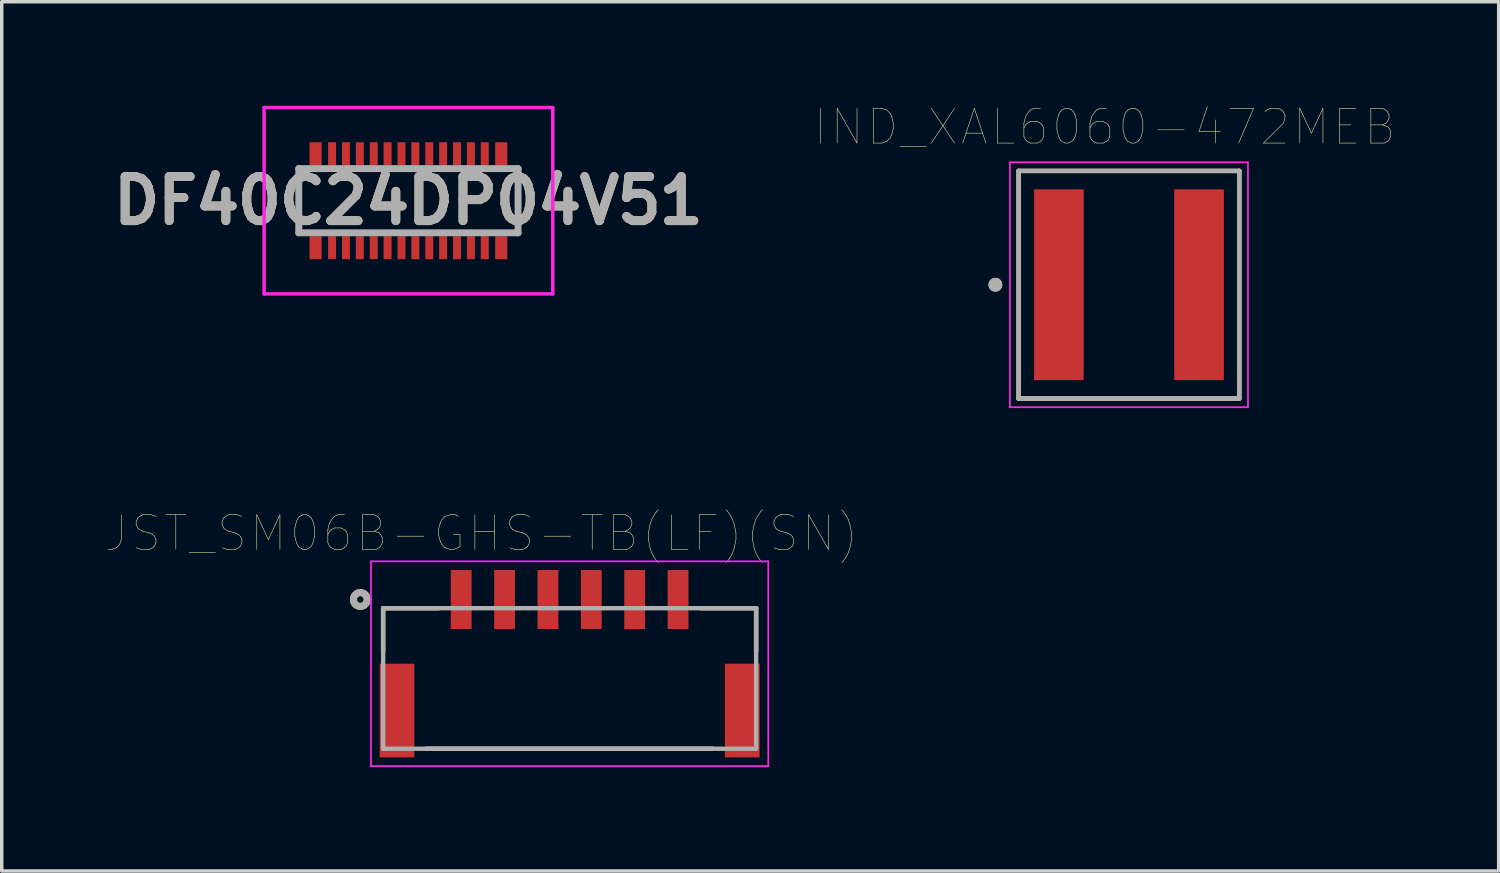
<source format=kicad_pcb>
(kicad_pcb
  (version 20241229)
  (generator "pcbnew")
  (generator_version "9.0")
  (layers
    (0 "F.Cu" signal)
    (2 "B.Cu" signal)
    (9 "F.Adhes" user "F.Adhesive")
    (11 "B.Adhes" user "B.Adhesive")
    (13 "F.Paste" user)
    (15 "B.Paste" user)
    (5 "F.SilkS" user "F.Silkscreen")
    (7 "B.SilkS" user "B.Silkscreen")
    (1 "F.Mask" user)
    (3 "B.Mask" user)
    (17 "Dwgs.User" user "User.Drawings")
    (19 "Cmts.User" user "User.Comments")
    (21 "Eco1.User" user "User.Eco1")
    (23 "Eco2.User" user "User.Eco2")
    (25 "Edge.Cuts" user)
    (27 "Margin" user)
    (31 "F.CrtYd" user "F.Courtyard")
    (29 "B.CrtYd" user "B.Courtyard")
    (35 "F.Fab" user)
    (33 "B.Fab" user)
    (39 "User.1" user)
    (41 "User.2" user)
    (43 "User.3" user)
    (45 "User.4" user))
  (footprint "JST_SM06B-GHS-TB(LF)(SN)"
    (layer "F.Cu")
    (at 13.367 16.103)
    (property "Reference" "JST_SM06B-GHS-TB(LF)(SN)" (at -2.54 -3.78 0) (layer "F.SilkS") (effects (font (size 1 1) (thickness 0.015))))
    (attr through_hole)
    (fp_line (start -5.375 -1.625) (end -5.375 -0.375) (stroke (width 0.127) (type solid)) (layer "F.SilkS"))
    (fp_line (start -5.375 -1.625) (end -3.775 -1.625) (stroke (width 0.127) (type solid)) (layer "F.SilkS"))
    (fp_line (start -4.125 2.425) (end 4.125 2.425) (stroke (width 0.127) (type solid)) (layer "F.SilkS"))
    (fp_line (start 5.375 -1.625) (end 3.775 -1.625) (stroke (width 0.127) (type solid)) (layer "F.SilkS"))
    (fp_line (start 5.375 -1.625) (end 5.375 -0.375) (stroke (width 0.127) (type solid)) (layer "F.SilkS"))
    (fp_circle (center -6.032 -1.875) (end -5.933 -1.875) (stroke (width 0.2) (type solid)) (fill no) (layer "F.SilkS"))
    (fp_line (start -5.725 -2.975) (end -5.725 2.925) (stroke (width 0.05) (type solid)) (layer "F.CrtYd"))
    (fp_line (start -5.725 2.925) (end 5.725 2.925) (stroke (width 0.05) (type solid)) (layer "F.CrtYd"))
    (fp_line (start 5.725 -2.975) (end -5.725 -2.975) (stroke (width 0.05) (type solid)) (layer "F.CrtYd"))
    (fp_line (start 5.725 2.925) (end 5.725 -2.975) (stroke (width 0.05) (type solid)) (layer "F.CrtYd"))
    (fp_line (start -5.375 -1.625) (end -5.375 2.425) (stroke (width 0.127) (type solid)) (layer "F.Fab"))
    (fp_line (start -5.375 2.425) (end 5.375 2.425) (stroke (width 0.127) (type solid)) (layer "F.Fab"))
    (fp_line (start 5.375 -1.625) (end -5.375 -1.625) (stroke (width 0.127) (type solid)) (layer "F.Fab"))
    (fp_line (start 5.375 2.425) (end 5.375 -1.625) (stroke (width 0.127) (type solid)) (layer "F.Fab"))
    (fp_circle (center -6.032 -1.875) (end -5.933 -1.875) (stroke (width 0.2) (type solid)) (fill no) (layer "F.Fab"))
    (pad "1" smd rect (at -3.125 -1.875) (size 0.6 1.7) (layers "F.Cu" "F.Mask" "F.Paste"))
    (pad "2" smd rect (at -1.875 -1.875) (size 0.6 1.7) (layers "F.Cu" "F.Mask" "F.Paste"))
    (pad "3" smd rect (at -0.625 -1.875) (size 0.6 1.7) (layers "F.Cu" "F.Mask" "F.Paste"))
    (pad "4" smd rect (at 0.625 -1.875) (size 0.6 1.7) (layers "F.Cu" "F.Mask" "F.Paste"))
    (pad "5" smd rect (at 1.875 -1.875) (size 0.6 1.7) (layers "F.Cu" "F.Mask" "F.Paste"))
    (pad "6" smd rect (at 3.125 -1.875) (size 0.6 1.7) (layers "F.Cu" "F.Mask" "F.Paste"))
    (pad "S1" smd rect (at -4.975 1.325) (size 1 2.7) (layers "F.Cu" "F.Mask" "F.Paste"))
    (pad "S2" smd rect (at 4.975 1.325) (size 1 2.7) (layers "F.Cu" "F.Mask" "F.Paste")))
  (footprint "DF40C24DP04V51"
    (layer "F.Cu")
    (at 8.721 2.735)
    (property "Reference" "DF40C24DP04V51" (at 0 0 0) (layer "F.SilkS") (effects (font (size 1.27 1.27) (thickness 0.254))))
    (attr smd)
    (fp_line (start -3.16 -0.925) (end -3.16 0.925) (stroke (width 0.1) (type solid)) (layer "F.SilkS"))
    (fp_line (start 3.16 -0.925) (end 3.16 0.925) (stroke (width 0.1) (type solid)) (layer "F.SilkS"))
    (fp_line (start -4.16 -2.685) (end 4.16 -2.685) (stroke (width 0.1) (type solid)) (layer "F.CrtYd"))
    (fp_line (start -4.16 2.685) (end -4.16 -2.685) (stroke (width 0.1) (type solid)) (layer "F.CrtYd"))
    (fp_line (start 4.16 -2.685) (end 4.16 2.685) (stroke (width 0.1) (type solid)) (layer "F.CrtYd"))
    (fp_line (start 4.16 2.685) (end -4.16 2.685) (stroke (width 0.1) (type solid)) (layer "F.CrtYd"))
    (fp_line (start -3.16 -0.925) (end 3.16 -0.925) (stroke (width 0.2) (type solid)) (layer "F.Fab"))
    (fp_line (start -3.16 0.925) (end -3.16 -0.925) (stroke (width 0.2) (type solid)) (layer "F.Fab"))
    (fp_line (start 3.16 -0.925) (end 3.16 0.925) (stroke (width 0.2) (type solid)) (layer "F.Fab"))
    (fp_line (start 3.16 0.925) (end -3.16 0.925) (stroke (width 0.2) (type solid)) (layer "F.Fab"))
    (fp_text user "${REFERENCE}" (at 0 0 0) (layer "F.Fab") (effects (font (size 1.27 1.27) (thickness 0.254))))
    (pad "1" smd rect (at -2.2 1.355) (size 0.23 0.66) (layers "F.Cu" "F.Mask" "F.Paste"))
    (pad "2" smd rect (at -2.2 -1.355) (size 0.23 0.66) (layers "F.Cu" "F.Mask" "F.Paste"))
    (pad "3" smd rect (at -1.8 1.355) (size 0.23 0.66) (layers "F.Cu" "F.Mask" "F.Paste"))
    (pad "4" smd rect (at -1.8 -1.355) (size 0.23 0.66) (layers "F.Cu" "F.Mask" "F.Paste"))
    (pad "5" smd rect (at -1.4 1.355) (size 0.23 0.66) (layers "F.Cu" "F.Mask" "F.Paste"))
    (pad "6" smd rect (at -1.4 -1.355) (size 0.23 0.66) (layers "F.Cu" "F.Mask" "F.Paste"))
    (pad "7" smd rect (at -1 1.355) (size 0.23 0.66) (layers "F.Cu" "F.Mask" "F.Paste"))
    (pad "8" smd rect (at -1 -1.355) (size 0.23 0.66) (layers "F.Cu" "F.Mask" "F.Paste"))
    (pad "9" smd rect (at -0.6 1.355) (size 0.23 0.66) (layers "F.Cu" "F.Mask" "F.Paste"))
    (pad "10" smd rect (at -0.6 -1.355) (size 0.23 0.66) (layers "F.Cu" "F.Mask" "F.Paste"))
    (pad "11" smd rect (at -0.2 1.355) (size 0.23 0.66) (layers "F.Cu" "F.Mask" "F.Paste"))
    (pad "12" smd rect (at -0.2 -1.355) (size 0.23 0.66) (layers "F.Cu" "F.Mask" "F.Paste"))
    (pad "13" smd rect (at 0.2 1.355) (size 0.23 0.66) (layers "F.Cu" "F.Mask" "F.Paste"))
    (pad "14" smd rect (at 0.2 -1.355) (size 0.23 0.66) (layers "F.Cu" "F.Mask" "F.Paste"))
    (pad "15" smd rect (at 0.6 1.355) (size 0.23 0.66) (layers "F.Cu" "F.Mask" "F.Paste"))
    (pad "16" smd rect (at 0.6 -1.355) (size 0.23 0.66) (layers "F.Cu" "F.Mask" "F.Paste"))
    (pad "17" smd rect (at 1 1.355) (size 0.23 0.66) (layers "F.Cu" "F.Mask" "F.Paste"))
    (pad "18" smd rect (at 1 -1.355) (size 0.23 0.66) (layers "F.Cu" "F.Mask" "F.Paste"))
    (pad "19" smd rect (at 1.4 1.355) (size 0.23 0.66) (layers "F.Cu" "F.Mask" "F.Paste"))
    (pad "20" smd rect (at 1.4 -1.355) (size 0.23 0.66) (layers "F.Cu" "F.Mask" "F.Paste"))
    (pad "21" smd rect (at 1.8 1.355) (size 0.23 0.66) (layers "F.Cu" "F.Mask" "F.Paste"))
    (pad "22" smd rect (at 1.8 -1.355) (size 0.23 0.66) (layers "F.Cu" "F.Mask" "F.Paste"))
    (pad "23" smd rect (at 2.2 1.355) (size 0.23 0.66) (layers "F.Cu" "F.Mask" "F.Paste"))
    (pad "24" smd rect (at 2.2 -1.355) (size 0.23 0.66) (layers "F.Cu" "F.Mask" "F.Paste"))
    (pad "MP1" smd rect (at -2.675 1.355) (size 0.35 0.66) (layers "F.Cu" "F.Mask" "F.Paste"))
    (pad "MP2" smd rect (at -2.675 -1.355) (size 0.35 0.66) (layers "F.Cu" "F.Mask" "F.Paste"))
    (pad "MP3" smd rect (at 2.675 1.355) (size 0.35 0.66) (layers "F.Cu" "F.Mask" "F.Paste"))
    (pad "MP4" smd rect (at 2.675 -1.355) (size 0.35 0.66) (layers "F.Cu" "F.Mask" "F.Paste")))
  (footprint "IND_XAL6060-472MEB"
    (layer "F.Cu")
    (at 29.487 5.156)
    (property "Reference" "IND_XAL6060-472MEB" (at -0.695 -4.545 0) (layer "F.SilkS") (effects (font (size 1 1) (thickness 0.015))))
    (attr through_hole)
    (fp_line (start -3.18 -3.28) (end -3.18 3.28) (stroke (width 0.127) (type solid)) (layer "F.SilkS"))
    (fp_line (start -3.18 3.28) (end 3.18 3.28) (stroke (width 0.127) (type solid)) (layer "F.SilkS"))
    (fp_line (start 3.18 -3.28) (end -3.18 -3.28) (stroke (width 0.127) (type solid)) (layer "F.SilkS"))
    (fp_line (start 3.18 3.28) (end 3.18 -3.28) (stroke (width 0.127) (type solid)) (layer "F.SilkS"))
    (fp_circle (center -3.85 0) (end -3.75 0) (stroke (width 0.2) (type solid)) (fill no) (layer "F.SilkS"))
    (fp_line (start -3.43 -3.53) (end 3.43 -3.53) (stroke (width 0.05) (type solid)) (layer "F.CrtYd"))
    (fp_line (start -3.43 3.53) (end -3.43 -3.53) (stroke (width 0.05) (type solid)) (layer "F.CrtYd"))
    (fp_line (start 3.43 -3.53) (end 3.43 3.53) (stroke (width 0.05) (type solid)) (layer "F.CrtYd"))
    (fp_line (start 3.43 3.53) (end -3.43 3.53) (stroke (width 0.05) (type solid)) (layer "F.CrtYd"))
    (fp_line (start -3.18 -3.28) (end -3.18 3.28) (stroke (width 0.127) (type solid)) (layer "F.Fab"))
    (fp_line (start -3.18 3.28) (end 3.18 3.28) (stroke (width 0.127) (type solid)) (layer "F.Fab"))
    (fp_line (start 3.18 -3.28) (end -3.18 -3.28) (stroke (width 0.127) (type solid)) (layer "F.Fab"))
    (fp_line (start 3.18 3.28) (end 3.18 -3.28) (stroke (width 0.127) (type solid)) (layer "F.Fab"))
    (fp_circle (center -3.85 0) (end -3.75 0) (stroke (width 0.2) (type solid)) (fill no) (layer "F.Fab"))
    (pad "1" smd rect (at -2.02 0) (size 1.43 5.5) (layers "F.Cu" "F.Mask" "F.Paste"))
    (pad "2" smd rect (at 2.02 0) (size 1.43 5.5) (layers "F.Cu" "F.Mask" "F.Paste")))
  (gr_rect
    (start -3 -3)
    (end 40.143 22.053)
    (stroke (width 0.1) (type default))
    (fill no)
    (layer "Edge.Cuts")))
</source>
